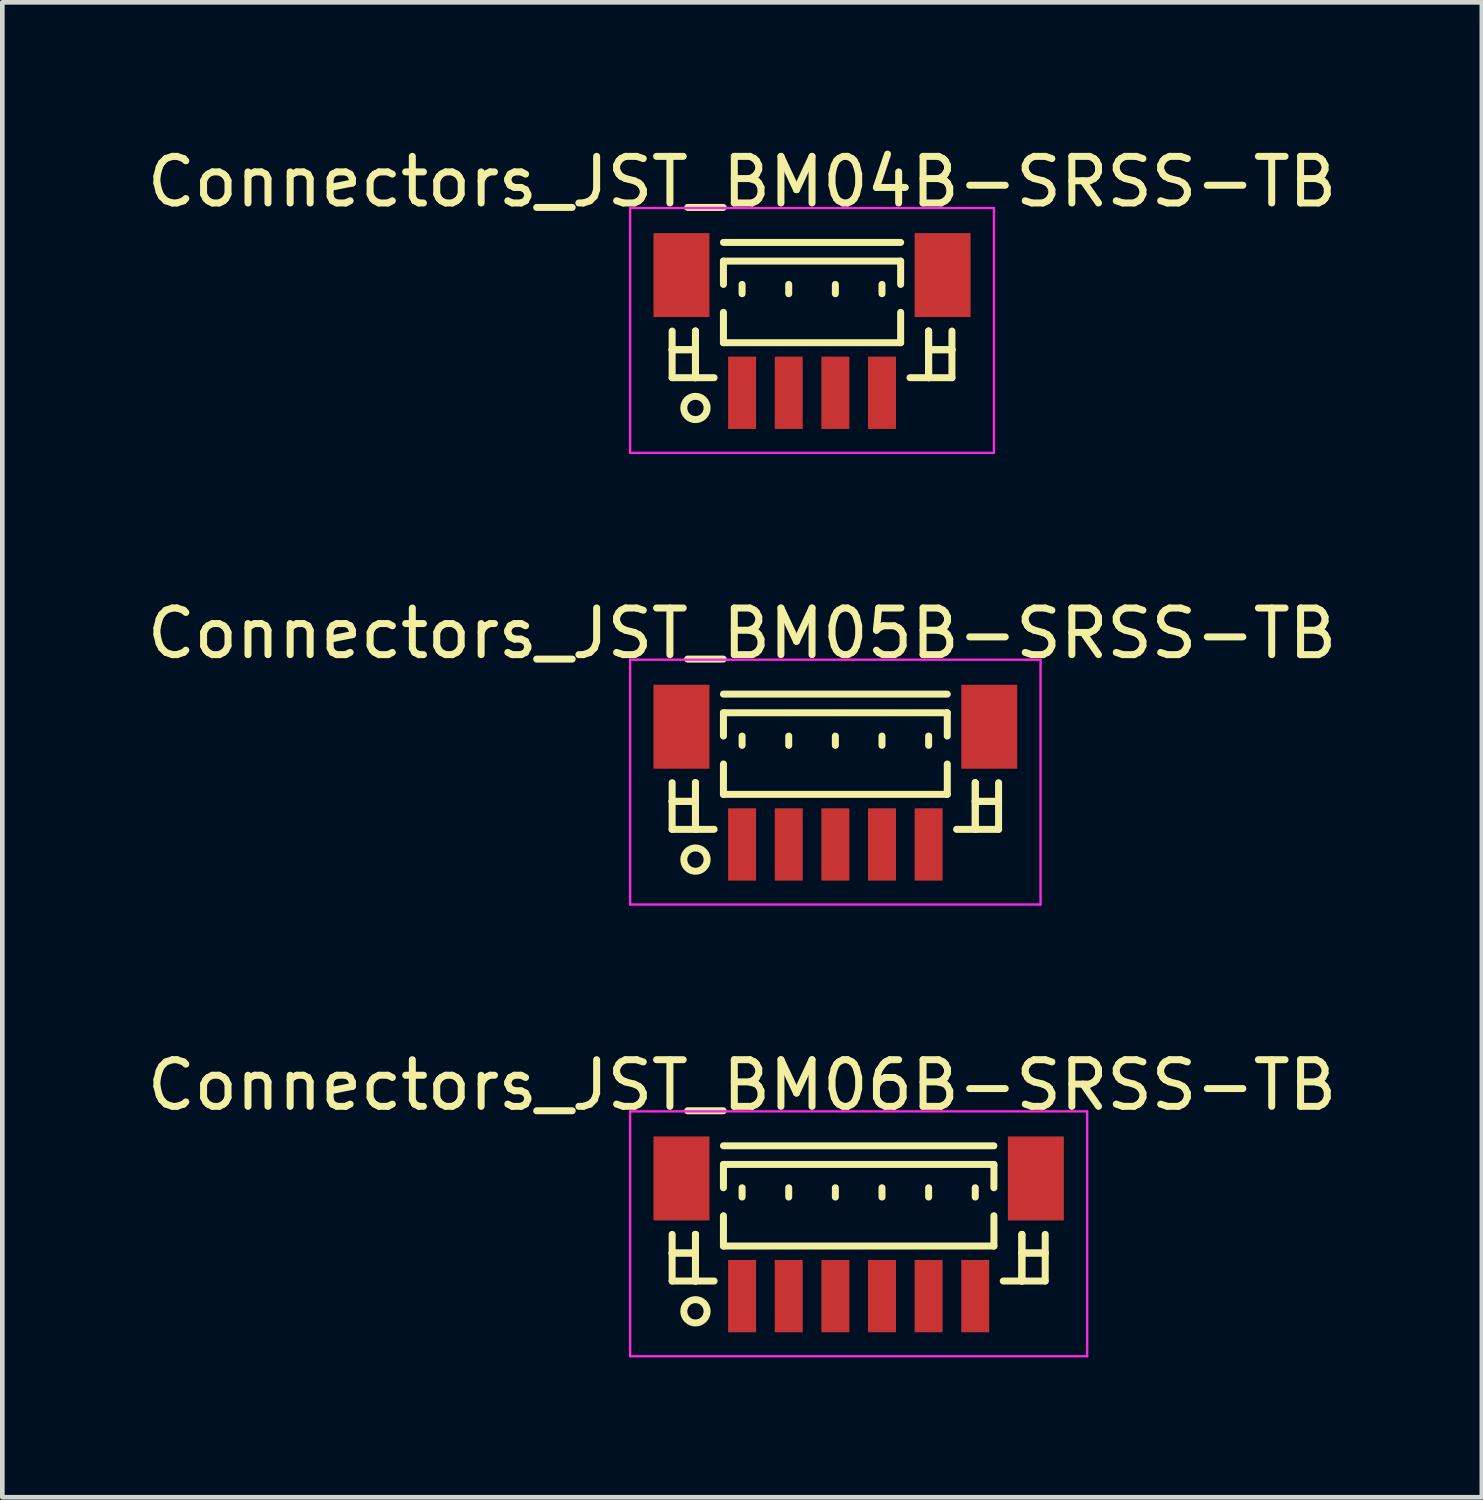
<source format=kicad_pcb>
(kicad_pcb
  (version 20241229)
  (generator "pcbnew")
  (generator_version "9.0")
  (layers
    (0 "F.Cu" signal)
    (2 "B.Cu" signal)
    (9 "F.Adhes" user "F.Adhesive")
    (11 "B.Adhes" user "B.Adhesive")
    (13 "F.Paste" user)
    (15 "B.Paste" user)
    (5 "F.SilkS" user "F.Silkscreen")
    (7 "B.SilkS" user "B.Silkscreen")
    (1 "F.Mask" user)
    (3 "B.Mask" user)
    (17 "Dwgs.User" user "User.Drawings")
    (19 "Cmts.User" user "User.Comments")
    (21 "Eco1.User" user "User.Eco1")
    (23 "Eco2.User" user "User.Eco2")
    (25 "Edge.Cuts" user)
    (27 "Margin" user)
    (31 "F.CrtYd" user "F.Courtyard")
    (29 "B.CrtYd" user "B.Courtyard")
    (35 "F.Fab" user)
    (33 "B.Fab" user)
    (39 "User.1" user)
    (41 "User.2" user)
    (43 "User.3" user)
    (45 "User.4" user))
  (footprint "Connectors_JST_BM06B-SRSS-TB"
    (layer "F.Cu")
    (at 15.363 23.482)
    (property "Reference" "Connectors_JST_BM06B-SRSS-TB" (at -2.5 -3.263 0) (layer "F.SilkS") (effects (font (size 1 1) (thickness 0.15))))
    (attr smd)
    (fp_line (start -4 -0.062) (end -4 0.938) (stroke (width 0.15) (type solid)) (layer "F.SilkS"))
    (fp_line (start -4 0.338) (end -4 0.338) (stroke (width 0.15) (type solid)) (layer "F.SilkS"))
    (fp_line (start -4 0.338) (end -3.5 0.338) (stroke (width 0.15) (type solid)) (layer "F.SilkS"))
    (fp_line (start -4 0.938) (end -3.1 0.938) (stroke (width 0.15) (type solid)) (layer "F.SilkS"))
    (fp_line (start -3.5 -0.062) (end -3.5 -0.062) (stroke (width 0.15) (type solid)) (layer "F.SilkS"))
    (fp_line (start -3.5 -0.062) (end -3.5 0.938) (stroke (width 0.15) (type solid)) (layer "F.SilkS"))
    (fp_line (start -3.5 0.338) (end -4 0.338) (stroke (width 0.15) (type solid)) (layer "F.SilkS"))
    (fp_line (start -3.5 0.338) (end -3.5 0.338) (stroke (width 0.15) (type solid)) (layer "F.SilkS"))
    (fp_line (start -3.5 0.938) (end -3.5 -0.062) (stroke (width 0.15) (type solid)) (layer "F.SilkS"))
    (fp_line (start -3.5 0.938) (end -3.5 0.938) (stroke (width 0.15) (type solid)) (layer "F.SilkS"))
    (fp_line (start -2.9 -1.962) (end 2.9 -1.962) (stroke (width 0.15) (type solid)) (layer "F.SilkS"))
    (fp_line (start -2.9 -1.562) (end 2.9 -1.562) (stroke (width 0.15) (type solid)) (layer "F.SilkS"))
    (fp_line (start -2.9 -1.062) (end -2.9 -1.562) (stroke (width 0.15) (type solid)) (layer "F.SilkS"))
    (fp_line (start -2.9 -0.463) (end -2.9 0.188) (stroke (width 0.15) (type solid)) (layer "F.SilkS"))
    (fp_line (start -2.9 0.188) (end 2.9 0.188) (stroke (width 0.15) (type solid)) (layer "F.SilkS"))
    (fp_line (start -2.5 -1.062) (end -2.5 -0.863) (stroke (width 0.15) (type solid)) (layer "F.SilkS"))
    (fp_line (start -1.5 -1.062) (end -1.5 -0.863) (stroke (width 0.15) (type solid)) (layer "F.SilkS"))
    (fp_line (start -0.5 -1.062) (end -0.5 -0.863) (stroke (width 0.15) (type solid)) (layer "F.SilkS"))
    (fp_line (start 0.5 -1.062) (end 0.5 -0.863) (stroke (width 0.15) (type solid)) (layer "F.SilkS"))
    (fp_line (start 1.5 -1.062) (end 1.5 -0.863) (stroke (width 0.15) (type solid)) (layer "F.SilkS"))
    (fp_line (start 2.5 -1.062) (end 2.5 -0.863) (stroke (width 0.15) (type solid)) (layer "F.SilkS"))
    (fp_line (start 2.9 -1.562) (end 2.9 -1.062) (stroke (width 0.15) (type solid)) (layer "F.SilkS"))
    (fp_line (start 2.9 0.188) (end 2.9 -0.463) (stroke (width 0.15) (type solid)) (layer "F.SilkS"))
    (fp_line (start 3.5 -0.062) (end 3.5 -0.062) (stroke (width 0.15) (type solid)) (layer "F.SilkS"))
    (fp_line (start 3.5 -0.062) (end 3.5 0.938) (stroke (width 0.15) (type solid)) (layer "F.SilkS"))
    (fp_line (start 3.5 0.338) (end 3.5 0.338) (stroke (width 0.15) (type solid)) (layer "F.SilkS"))
    (fp_line (start 3.5 0.338) (end 4 0.338) (stroke (width 0.15) (type solid)) (layer "F.SilkS"))
    (fp_line (start 3.5 0.938) (end 3.5 -0.062) (stroke (width 0.15) (type solid)) (layer "F.SilkS"))
    (fp_line (start 3.5 0.938) (end 3.5 0.938) (stroke (width 0.15) (type solid)) (layer "F.SilkS"))
    (fp_line (start 4 -0.062) (end 4 0.938) (stroke (width 0.15) (type solid)) (layer "F.SilkS"))
    (fp_line (start 4 0.338) (end 3.5 0.338) (stroke (width 0.15) (type solid)) (layer "F.SilkS"))
    (fp_line (start 4 0.338) (end 4 0.338) (stroke (width 0.15) (type solid)) (layer "F.SilkS"))
    (fp_line (start 4 0.938) (end 3.1 0.938) (stroke (width 0.15) (type solid)) (layer "F.SilkS"))
    (fp_circle (center -3.5 1.587) (end -3.25 1.587) (stroke (width 0.15) (type solid)) (fill no) (layer "F.SilkS"))
    (fp_line (start -4.9 -2.7) (end 4.9 -2.7) (stroke (width 0.05) (type solid)) (layer "F.CrtYd"))
    (fp_line (start -4.9 2.55) (end -4.9 -2.7) (stroke (width 0.05) (type solid)) (layer "F.CrtYd"))
    (fp_line (start 4.9 -2.7) (end 4.9 2.55) (stroke (width 0.05) (type solid)) (layer "F.CrtYd"))
    (fp_line (start 4.9 2.55) (end -4.9 2.55) (stroke (width 0.05) (type solid)) (layer "F.CrtYd"))
    (pad "" smd rect (at -3.8 -1.262) (size 1.2 1.8) (layers "F.Cu" "F.Mask" "F.Paste"))
    (pad "" smd rect (at 3.8 -1.262) (size 1.2 1.8) (layers "F.Cu" "F.Mask" "F.Paste"))
    (pad "1" smd rect (at -2.5 1.262) (size 0.6 1.55) (layers "F.Cu" "F.Mask" "F.Paste"))
    (pad "2" smd rect (at -1.5 1.262) (size 0.6 1.55) (layers "F.Cu" "F.Mask" "F.Paste"))
    (pad "3" smd rect (at -0.5 1.262) (size 0.6 1.55) (layers "F.Cu" "F.Mask" "F.Paste"))
    (pad "4" smd rect (at 0.5 1.262) (size 0.6 1.55) (layers "F.Cu" "F.Mask" "F.Paste"))
    (pad "5" smd rect (at 1.5 1.262) (size 0.6 1.55) (layers "F.Cu" "F.Mask" "F.Paste"))
    (pad "6" smd rect (at 2.5 1.262) (size 0.6 1.55) (layers "F.Cu" "F.Mask" "F.Paste")))
  (footprint "Connectors_JST_BM04B-SRSS-TB"
    (layer "F.Cu")
    (at 14.363 4.111)
    (property "Reference" "Connectors_JST_BM04B-SRSS-TB" (at -1.5 -3.263 0) (layer "F.SilkS") (effects (font (size 1 1) (thickness 0.15))))
    (attr smd)
    (fp_line (start -3 -0.062) (end -3 0.938) (stroke (width 0.15) (type solid)) (layer "F.SilkS"))
    (fp_line (start -3 0.338) (end -3 0.338) (stroke (width 0.15) (type solid)) (layer "F.SilkS"))
    (fp_line (start -3 0.338) (end -2.5 0.338) (stroke (width 0.15) (type solid)) (layer "F.SilkS"))
    (fp_line (start -3 0.938) (end -2.1 0.938) (stroke (width 0.15) (type solid)) (layer "F.SilkS"))
    (fp_line (start -2.5 -0.062) (end -2.5 -0.062) (stroke (width 0.15) (type solid)) (layer "F.SilkS"))
    (fp_line (start -2.5 -0.062) (end -2.5 0.938) (stroke (width 0.15) (type solid)) (layer "F.SilkS"))
    (fp_line (start -2.5 0.338) (end -3 0.338) (stroke (width 0.15) (type solid)) (layer "F.SilkS"))
    (fp_line (start -2.5 0.338) (end -2.5 0.338) (stroke (width 0.15) (type solid)) (layer "F.SilkS"))
    (fp_line (start -2.5 0.938) (end -2.5 -0.062) (stroke (width 0.15) (type solid)) (layer "F.SilkS"))
    (fp_line (start -2.5 0.938) (end -2.5 0.938) (stroke (width 0.15) (type solid)) (layer "F.SilkS"))
    (fp_line (start -1.9 -1.962) (end 1.9 -1.962) (stroke (width 0.15) (type solid)) (layer "F.SilkS"))
    (fp_line (start -1.9 -1.562) (end 1.9 -1.562) (stroke (width 0.15) (type solid)) (layer "F.SilkS"))
    (fp_line (start -1.9 -1.062) (end -1.9 -1.562) (stroke (width 0.15) (type solid)) (layer "F.SilkS"))
    (fp_line (start -1.9 -0.463) (end -1.9 0.188) (stroke (width 0.15) (type solid)) (layer "F.SilkS"))
    (fp_line (start -1.9 0.188) (end 1.9 0.188) (stroke (width 0.15) (type solid)) (layer "F.SilkS"))
    (fp_line (start -1.5 -1.062) (end -1.5 -0.863) (stroke (width 0.15) (type solid)) (layer "F.SilkS"))
    (fp_line (start -0.5 -1.062) (end -0.5 -0.863) (stroke (width 0.15) (type solid)) (layer "F.SilkS"))
    (fp_line (start 0.5 -1.062) (end 0.5 -0.863) (stroke (width 0.15) (type solid)) (layer "F.SilkS"))
    (fp_line (start 1.5 -1.062) (end 1.5 -0.863) (stroke (width 0.15) (type solid)) (layer "F.SilkS"))
    (fp_line (start 1.9 -1.562) (end 1.9 -1.062) (stroke (width 0.15) (type solid)) (layer "F.SilkS"))
    (fp_line (start 1.9 0.188) (end 1.9 -0.463) (stroke (width 0.15) (type solid)) (layer "F.SilkS"))
    (fp_line (start 2.5 -0.062) (end 2.5 -0.062) (stroke (width 0.15) (type solid)) (layer "F.SilkS"))
    (fp_line (start 2.5 -0.062) (end 2.5 0.938) (stroke (width 0.15) (type solid)) (layer "F.SilkS"))
    (fp_line (start 2.5 0.338) (end 2.5 0.338) (stroke (width 0.15) (type solid)) (layer "F.SilkS"))
    (fp_line (start 2.5 0.338) (end 3 0.338) (stroke (width 0.15) (type solid)) (layer "F.SilkS"))
    (fp_line (start 2.5 0.938) (end 2.5 -0.062) (stroke (width 0.15) (type solid)) (layer "F.SilkS"))
    (fp_line (start 2.5 0.938) (end 2.5 0.938) (stroke (width 0.15) (type solid)) (layer "F.SilkS"))
    (fp_line (start 3 -0.062) (end 3 0.938) (stroke (width 0.15) (type solid)) (layer "F.SilkS"))
    (fp_line (start 3 0.338) (end 2.5 0.338) (stroke (width 0.15) (type solid)) (layer "F.SilkS"))
    (fp_line (start 3 0.338) (end 3 0.338) (stroke (width 0.15) (type solid)) (layer "F.SilkS"))
    (fp_line (start 3 0.938) (end 2.1 0.938) (stroke (width 0.15) (type solid)) (layer "F.SilkS"))
    (fp_circle (center -2.5 1.587) (end -2.25 1.587) (stroke (width 0.15) (type solid)) (fill no) (layer "F.SilkS"))
    (fp_line (start -3.9 -2.7) (end 3.9 -2.7) (stroke (width 0.05) (type solid)) (layer "F.CrtYd"))
    (fp_line (start -3.9 2.55) (end -3.9 -2.7) (stroke (width 0.05) (type solid)) (layer "F.CrtYd"))
    (fp_line (start 3.9 -2.7) (end 3.9 2.55) (stroke (width 0.05) (type solid)) (layer "F.CrtYd"))
    (fp_line (start 3.9 2.55) (end -3.9 2.55) (stroke (width 0.05) (type solid)) (layer "F.CrtYd"))
    (pad "" smd rect (at -2.8 -1.262) (size 1.2 1.8) (layers "F.Cu" "F.Mask" "F.Paste"))
    (pad "" smd rect (at 2.8 -1.262) (size 1.2 1.8) (layers "F.Cu" "F.Mask" "F.Paste"))
    (pad "1" smd rect (at -1.5 1.262) (size 0.6 1.55) (layers "F.Cu" "F.Mask" "F.Paste"))
    (pad "2" smd rect (at -0.5 1.262) (size 0.6 1.55) (layers "F.Cu" "F.Mask" "F.Paste"))
    (pad "3" smd rect (at 0.5 1.262) (size 0.6 1.55) (layers "F.Cu" "F.Mask" "F.Paste"))
    (pad "4" smd rect (at 1.5 1.262) (size 0.6 1.55) (layers "F.Cu" "F.Mask" "F.Paste")))
  (footprint "Connectors_JST_BM05B-SRSS-TB"
    (layer "F.Cu")
    (at 14.863 13.796)
    (property "Reference" "Connectors_JST_BM05B-SRSS-TB" (at -2 -3.263 0) (layer "F.SilkS") (effects (font (size 1 1) (thickness 0.15))))
    (attr smd)
    (fp_line (start -3.5 -0.062) (end -3.5 0.938) (stroke (width 0.15) (type solid)) (layer "F.SilkS"))
    (fp_line (start -3.5 0.338) (end -3.5 0.338) (stroke (width 0.15) (type solid)) (layer "F.SilkS"))
    (fp_line (start -3.5 0.338) (end -3 0.338) (stroke (width 0.15) (type solid)) (layer "F.SilkS"))
    (fp_line (start -3.5 0.938) (end -2.6 0.938) (stroke (width 0.15) (type solid)) (layer "F.SilkS"))
    (fp_line (start -3 -0.062) (end -3 -0.062) (stroke (width 0.15) (type solid)) (layer "F.SilkS"))
    (fp_line (start -3 -0.062) (end -3 0.938) (stroke (width 0.15) (type solid)) (layer "F.SilkS"))
    (fp_line (start -3 0.338) (end -3.5 0.338) (stroke (width 0.15) (type solid)) (layer "F.SilkS"))
    (fp_line (start -3 0.338) (end -3 0.338) (stroke (width 0.15) (type solid)) (layer "F.SilkS"))
    (fp_line (start -3 0.938) (end -3 -0.062) (stroke (width 0.15) (type solid)) (layer "F.SilkS"))
    (fp_line (start -3 0.938) (end -3 0.938) (stroke (width 0.15) (type solid)) (layer "F.SilkS"))
    (fp_line (start -2.4 -1.962) (end 2.4 -1.962) (stroke (width 0.15) (type solid)) (layer "F.SilkS"))
    (fp_line (start -2.4 -1.562) (end 2.4 -1.562) (stroke (width 0.15) (type solid)) (layer "F.SilkS"))
    (fp_line (start -2.4 -1.062) (end -2.4 -1.562) (stroke (width 0.15) (type solid)) (layer "F.SilkS"))
    (fp_line (start -2.4 -0.463) (end -2.4 0.188) (stroke (width 0.15) (type solid)) (layer "F.SilkS"))
    (fp_line (start -2.4 0.188) (end 2.4 0.188) (stroke (width 0.15) (type solid)) (layer "F.SilkS"))
    (fp_line (start -2 -1.062) (end -2 -0.863) (stroke (width 0.15) (type solid)) (layer "F.SilkS"))
    (fp_line (start -1 -1.062) (end -1 -0.863) (stroke (width 0.15) (type solid)) (layer "F.SilkS"))
    (fp_line (start 0 -1.062) (end 0 -0.863) (stroke (width 0.15) (type solid)) (layer "F.SilkS"))
    (fp_line (start 1 -1.062) (end 1 -0.863) (stroke (width 0.15) (type solid)) (layer "F.SilkS"))
    (fp_line (start 2 -1.062) (end 2 -0.863) (stroke (width 0.15) (type solid)) (layer "F.SilkS"))
    (fp_line (start 2.4 -1.562) (end 2.4 -1.062) (stroke (width 0.15) (type solid)) (layer "F.SilkS"))
    (fp_line (start 2.4 0.188) (end 2.4 -0.463) (stroke (width 0.15) (type solid)) (layer "F.SilkS"))
    (fp_line (start 3 -0.062) (end 3 -0.062) (stroke (width 0.15) (type solid)) (layer "F.SilkS"))
    (fp_line (start 3 -0.062) (end 3 0.938) (stroke (width 0.15) (type solid)) (layer "F.SilkS"))
    (fp_line (start 3 0.338) (end 3 0.338) (stroke (width 0.15) (type solid)) (layer "F.SilkS"))
    (fp_line (start 3 0.338) (end 3.5 0.338) (stroke (width 0.15) (type solid)) (layer "F.SilkS"))
    (fp_line (start 3 0.938) (end 3 -0.062) (stroke (width 0.15) (type solid)) (layer "F.SilkS"))
    (fp_line (start 3 0.938) (end 3 0.938) (stroke (width 0.15) (type solid)) (layer "F.SilkS"))
    (fp_line (start 3.5 -0.062) (end 3.5 0.938) (stroke (width 0.15) (type solid)) (layer "F.SilkS"))
    (fp_line (start 3.5 0.338) (end 3 0.338) (stroke (width 0.15) (type solid)) (layer "F.SilkS"))
    (fp_line (start 3.5 0.338) (end 3.5 0.338) (stroke (width 0.15) (type solid)) (layer "F.SilkS"))
    (fp_line (start 3.5 0.938) (end 2.6 0.938) (stroke (width 0.15) (type solid)) (layer "F.SilkS"))
    (fp_circle (center -3 1.587) (end -2.75 1.587) (stroke (width 0.15) (type solid)) (fill no) (layer "F.SilkS"))
    (fp_line (start -4.4 -2.7) (end 4.4 -2.7) (stroke (width 0.05) (type solid)) (layer "F.CrtYd"))
    (fp_line (start -4.4 2.55) (end -4.4 -2.7) (stroke (width 0.05) (type solid)) (layer "F.CrtYd"))
    (fp_line (start 4.4 -2.7) (end 4.4 2.55) (stroke (width 0.05) (type solid)) (layer "F.CrtYd"))
    (fp_line (start 4.4 2.55) (end -4.4 2.55) (stroke (width 0.05) (type solid)) (layer "F.CrtYd"))
    (pad "" smd rect (at -3.3 -1.262) (size 1.2 1.8) (layers "F.Cu" "F.Mask" "F.Paste"))
    (pad "" smd rect (at 3.3 -1.262) (size 1.2 1.8) (layers "F.Cu" "F.Mask" "F.Paste"))
    (pad "1" smd rect (at -2 1.262) (size 0.6 1.55) (layers "F.Cu" "F.Mask" "F.Paste"))
    (pad "2" smd rect (at -1 1.262) (size 0.6 1.55) (layers "F.Cu" "F.Mask" "F.Paste"))
    (pad "3" smd rect (at 0 1.262) (size 0.6 1.55) (layers "F.Cu" "F.Mask" "F.Paste"))
    (pad "4" smd rect (at 1 1.262) (size 0.6 1.55) (layers "F.Cu" "F.Mask" "F.Paste"))
    (pad "5" smd rect (at 2 1.262) (size 0.6 1.55) (layers "F.Cu" "F.Mask" "F.Paste")))
  (gr_rect
    (start -3 -3)
    (end 28.726 29.057)
    (stroke (width 0.1) (type default))
    (fill no)
    (layer "Edge.Cuts")))
</source>
